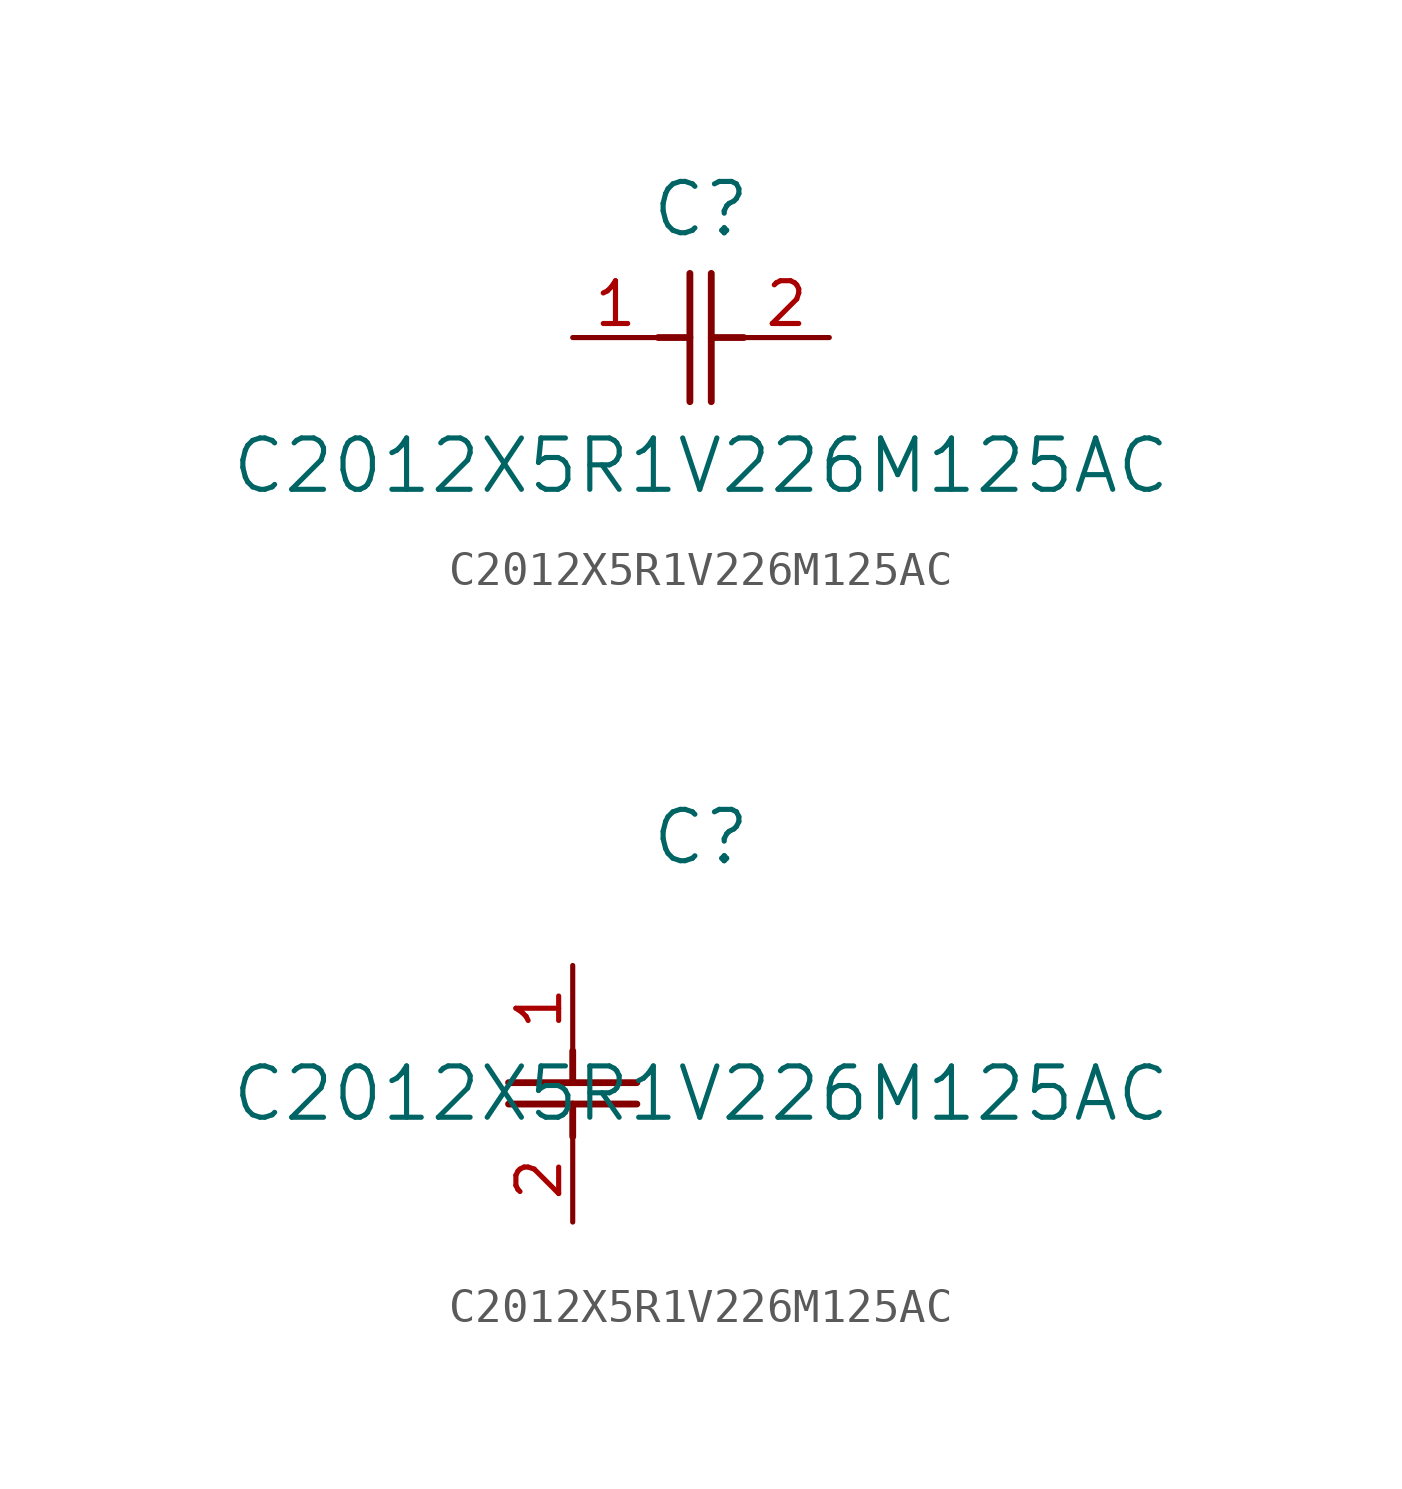
<source format=kicad_sym>
(kicad_symbol_lib
  (version 20211014)
  (generator kicad_symbol_editor)
  (symbol "C2012X5R1V226M125AC"
    (pin_names
      (offset 0.254))
    (property "Reference" "C"
      (at 3.81 3.81 0)
      (effects (font (size 1.524 1.524))))
    (property "Value" "C2012X5R1V226M125AC"
      (at 3.81 -3.81 0)
      (effects (font (size 1.524 1.524))))
    (symbol "C2012X5R1V226M125AC_1_1"
      (polyline (pts (xy 3.48 -1.905) (xy 3.48 1.905)) (stroke (width 0.203) (type default) (color 0 0 0 0)) (fill (type none)))
      (polyline (pts (xy 4.115 -1.905) (xy 4.115 1.905)) (stroke (width 0.203) (type default) (color 0 0 0 0)) (fill (type none)))
      (polyline (pts (xy 4.115 0) (xy 5.08 0)) (stroke (width 0.203) (type default) (color 0 0 0 0)) (fill (type none)))
      (polyline (pts (xy 2.54 0) (xy 3.48 0)) (stroke (width 0.203) (type default) (color 0 0 0 0)) (fill (type none)))
      (pin unspecified line (at 0 0 0) (length 2.54) (name "" (effects (font (size 1.27 1.27)))) (number "1" (effects (font (size 1.27 1.27)))))
      (pin unspecified line (at 7.62 0 180) (length 2.54) (name "" (effects (font (size 1.27 1.27)))) (number "2" (effects (font (size 1.27 1.27))))))
    (symbol "C2012X5R1V226M125AC_1_2"
      (polyline (pts (xy -1.905 -3.48) (xy 1.905 -3.48)) (stroke (width 0.203) (type default) (color 0 0 0 0)) (fill (type none)))
      (polyline (pts (xy -1.905 -4.115) (xy 1.905 -4.115)) (stroke (width 0.203) (type default) (color 0 0 0 0)) (fill (type none)))
      (polyline (pts (xy 0 -4.115) (xy 0 -5.08)) (stroke (width 0.203) (type default) (color 0 0 0 0)) (fill (type none)))
      (polyline (pts (xy 0 -2.54) (xy 0 -3.48)) (stroke (width 0.203) (type default) (color 0 0 0 0)) (fill (type none)))
      (pin unspecified line (at 0 0 270) (length 2.54) (name "" (effects (font (size 1.27 1.27)))) (number "1" (effects (font (size 1.27 1.27)))))
      (pin unspecified line (at 0 -7.62 90) (length 2.54) (name "" (effects (font (size 1.27 1.27)))) (number "2" (effects (font (size 1.27 1.27))))))))
</source>
